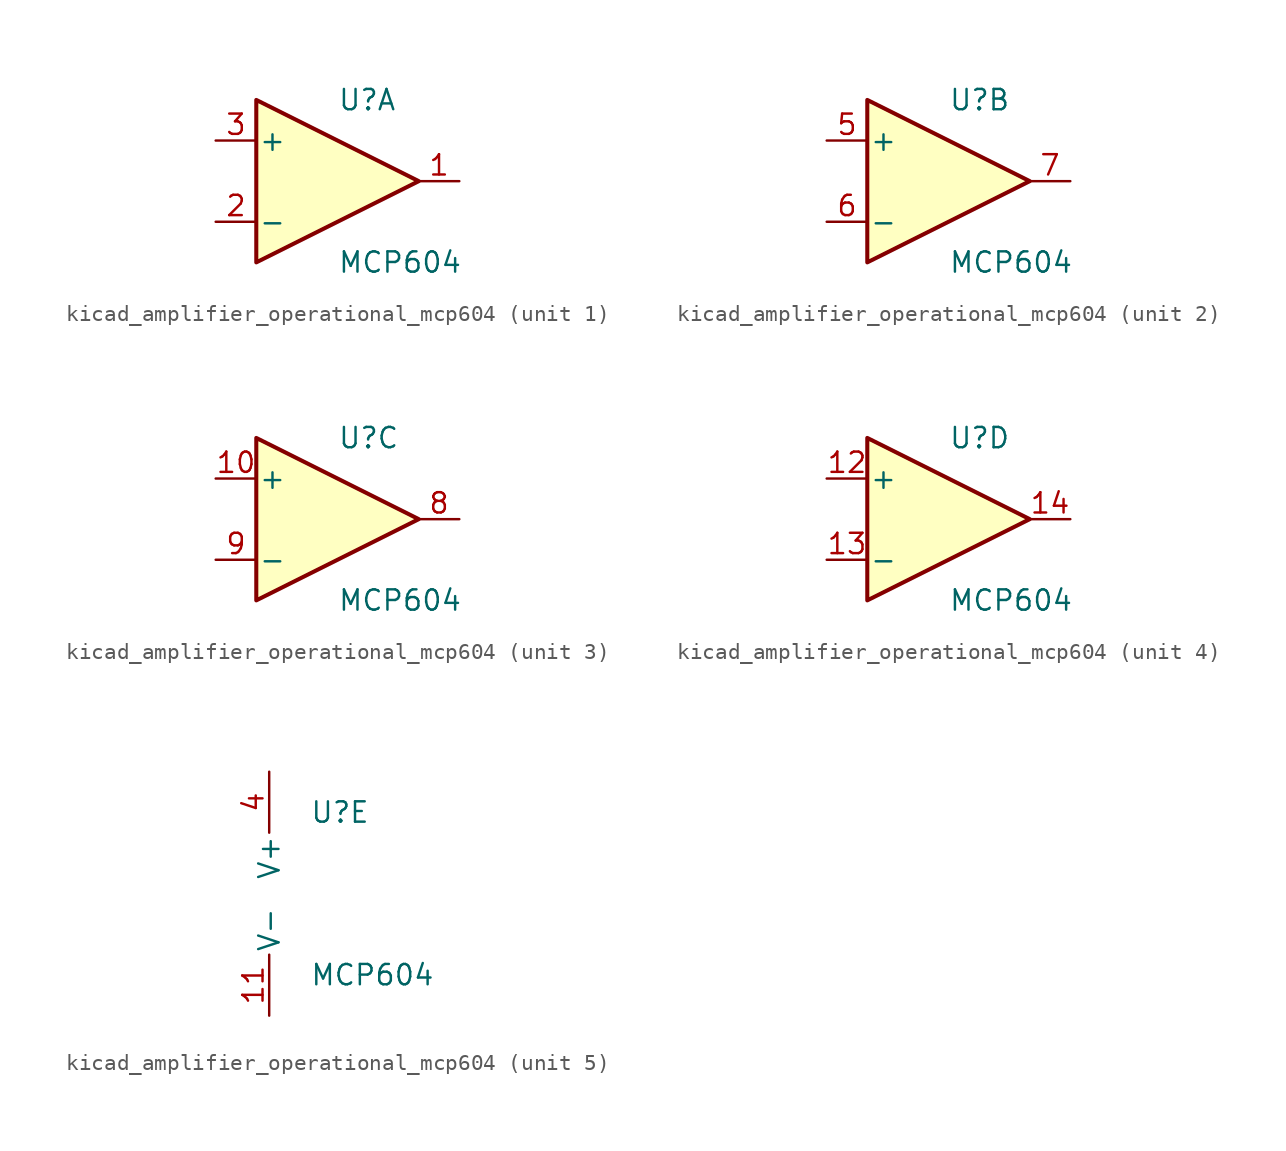
<source format=kicad_sym>
(kicad_symbol_lib
  (version 20220914)
  (generator kicad_symbol_editor)
  (symbol "kicad_amplifier_operational_mcp604"
    (pin_names
      (offset 0.127))
    (property "Reference" "U"
      (at 0 5.08 0)
      (effects (font (size 1.27 1.27)) (justify left)))
    (property "Value" "MCP604"
      (at 0 -5.08 0)
      (effects (font (size 1.27 1.27)) (justify left)))
    (property "ki_locked" ""
      (at 0 0 0)
      (effects (font (size 1.27 1.27))))
    (symbol "kicad_amplifier_operational_mcp604_1_1"
      (polyline (pts (xy -5.08 5.08) (xy 5.08 0) (xy -5.08 -5.08) (xy -5.08 5.08)) (stroke (width 0.254) (type default)) (fill (type background)))
      (pin output line (at 7.62 0 180) (length 2.54) (name "~" (effects (font (size 1.27 1.27)))) (number "1" (effects (font (size 1.27 1.27)))))
      (pin input line (at -7.62 -2.54 0) (length 2.54) (name "-" (effects (font (size 1.27 1.27)))) (number "2" (effects (font (size 1.27 1.27)))))
      (pin input line (at -7.62 2.54 0) (length 2.54) (name "+" (effects (font (size 1.27 1.27)))) (number "3" (effects (font (size 1.27 1.27))))))
    (symbol "kicad_amplifier_operational_mcp604_2_1"
      (polyline (pts (xy -5.08 5.08) (xy 5.08 0) (xy -5.08 -5.08) (xy -5.08 5.08)) (stroke (width 0.254) (type default)) (fill (type background)))
      (pin input line (at -7.62 2.54 0) (length 2.54) (name "+" (effects (font (size 1.27 1.27)))) (number "5" (effects (font (size 1.27 1.27)))))
      (pin input line (at -7.62 -2.54 0) (length 2.54) (name "-" (effects (font (size 1.27 1.27)))) (number "6" (effects (font (size 1.27 1.27)))))
      (pin output line (at 7.62 0 180) (length 2.54) (name "~" (effects (font (size 1.27 1.27)))) (number "7" (effects (font (size 1.27 1.27))))))
    (symbol "kicad_amplifier_operational_mcp604_3_1"
      (polyline (pts (xy -5.08 5.08) (xy 5.08 0) (xy -5.08 -5.08) (xy -5.08 5.08)) (stroke (width 0.254) (type default)) (fill (type background)))
      (pin input line (at -7.62 2.54 0) (length 2.54) (name "+" (effects (font (size 1.27 1.27)))) (number "10" (effects (font (size 1.27 1.27)))))
      (pin output line (at 7.62 0 180) (length 2.54) (name "~" (effects (font (size 1.27 1.27)))) (number "8" (effects (font (size 1.27 1.27)))))
      (pin input line (at -7.62 -2.54 0) (length 2.54) (name "-" (effects (font (size 1.27 1.27)))) (number "9" (effects (font (size 1.27 1.27))))))
    (symbol "kicad_amplifier_operational_mcp604_4_1"
      (polyline (pts (xy -5.08 5.08) (xy 5.08 0) (xy -5.08 -5.08) (xy -5.08 5.08)) (stroke (width 0.254) (type default)) (fill (type background)))
      (pin input line (at -7.62 2.54 0) (length 2.54) (name "+" (effects (font (size 1.27 1.27)))) (number "12" (effects (font (size 1.27 1.27)))))
      (pin input line (at -7.62 -2.54 0) (length 2.54) (name "-" (effects (font (size 1.27 1.27)))) (number "13" (effects (font (size 1.27 1.27)))))
      (pin output line (at 7.62 0 180) (length 2.54) (name "~" (effects (font (size 1.27 1.27)))) (number "14" (effects (font (size 1.27 1.27))))))
    (symbol "kicad_amplifier_operational_mcp604_5_1"
      (pin power_in line (at -2.54 -7.62 90) (length 3.81) (name "V-" (effects (font (size 1.27 1.27)))) (number "11" (effects (font (size 1.27 1.27)))))
      (pin power_in line (at -2.54 7.62 270) (length 3.81) (name "V+" (effects (font (size 1.27 1.27)))) (number "4" (effects (font (size 1.27 1.27))))))))
</source>
